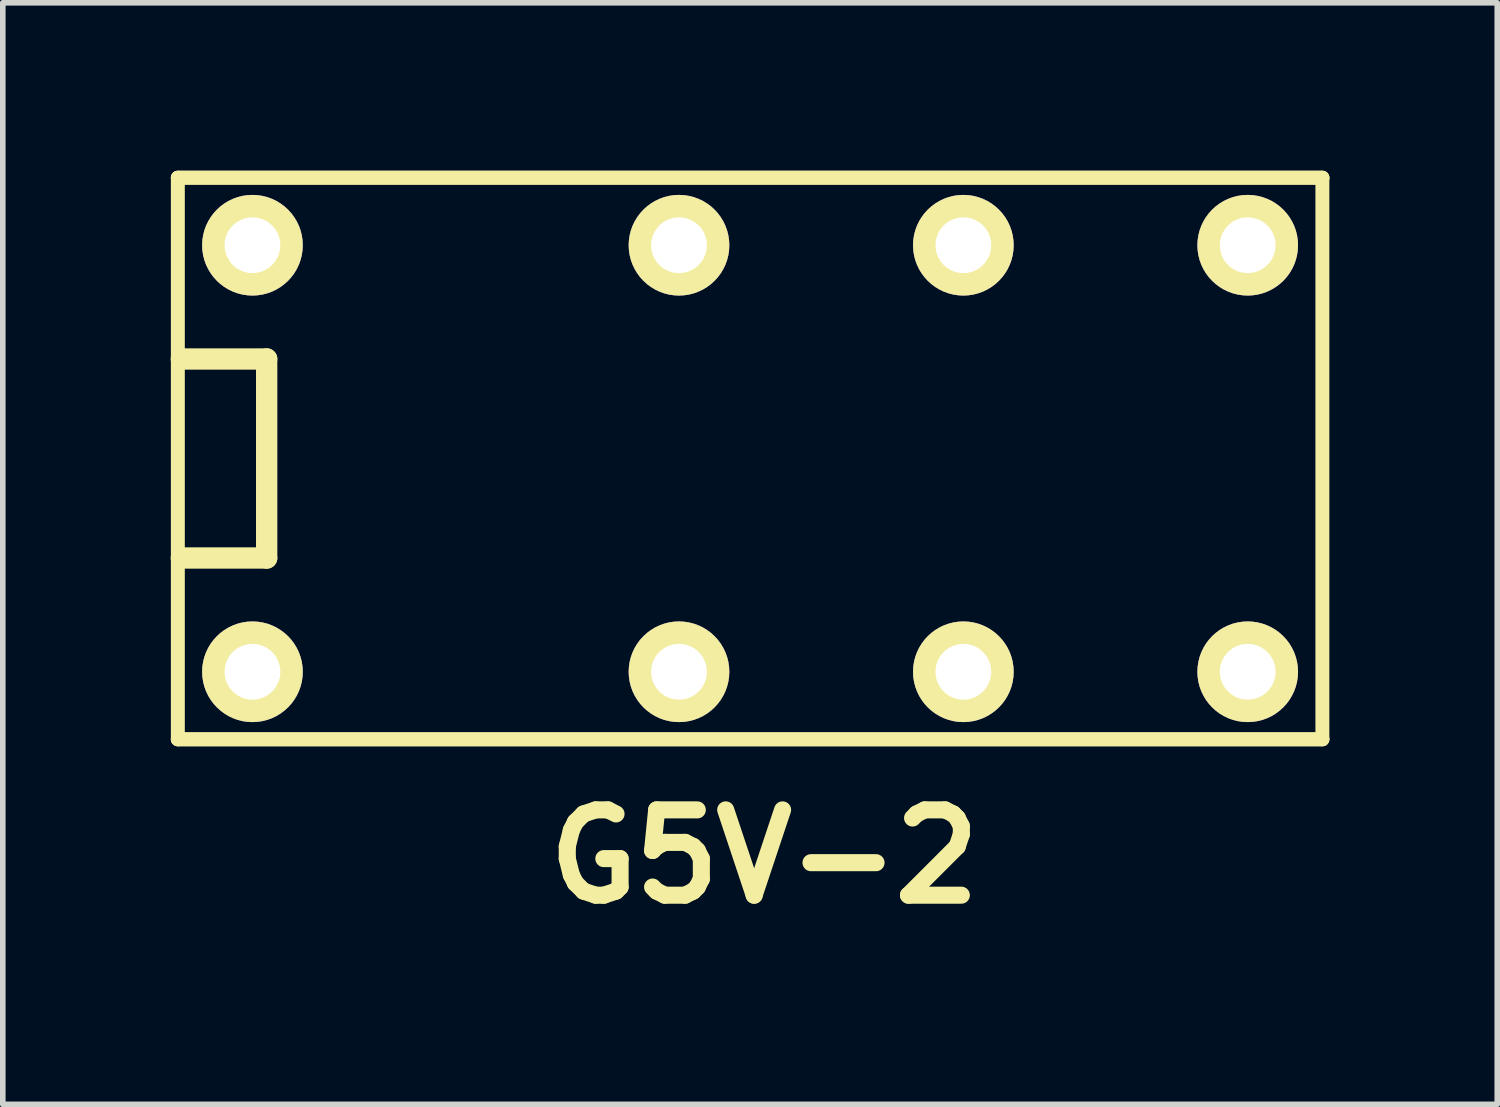
<source format=kicad_pcb>
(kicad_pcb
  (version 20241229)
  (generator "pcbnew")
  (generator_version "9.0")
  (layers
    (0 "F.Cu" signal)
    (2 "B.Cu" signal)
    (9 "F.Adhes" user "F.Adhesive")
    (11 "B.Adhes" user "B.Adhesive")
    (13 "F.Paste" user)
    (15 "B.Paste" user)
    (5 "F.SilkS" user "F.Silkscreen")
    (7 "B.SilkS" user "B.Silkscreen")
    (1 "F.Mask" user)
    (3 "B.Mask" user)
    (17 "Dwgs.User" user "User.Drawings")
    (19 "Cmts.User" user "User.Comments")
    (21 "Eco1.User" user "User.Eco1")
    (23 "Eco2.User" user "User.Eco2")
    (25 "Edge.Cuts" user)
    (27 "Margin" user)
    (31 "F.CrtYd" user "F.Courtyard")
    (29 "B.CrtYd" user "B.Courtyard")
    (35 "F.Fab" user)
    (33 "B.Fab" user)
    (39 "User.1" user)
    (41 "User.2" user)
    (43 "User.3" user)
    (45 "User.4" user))
  (footprint "G5V-2"
    (layer "F.Cu")
    (at 10.604 5.141)
    (property "Reference" "G5V-2" (at 0 7.112 0) (layer "F.SilkS") (effects (font (size 1.524 1.524) (thickness 0.305))))
    (attr through_hole)
    (fp_line (start -10.477 5.016) (end -10.477 -5.016) (stroke (width 0.249) (type solid)) (layer "F.SilkS"))
    (fp_line (start -10.414 -1.778) (end -8.89 -1.778) (stroke (width 0.381) (type solid)) (layer "F.SilkS"))
    (fp_line (start -8.89 -1.778) (end -8.89 1.778) (stroke (width 0.381) (type solid)) (layer "F.SilkS"))
    (fp_line (start -8.89 1.778) (end -10.414 1.778) (stroke (width 0.381) (type solid)) (layer "F.SilkS"))
    (fp_line (start 9.97 -5.016) (end -10.477 -5.016) (stroke (width 0.249) (type solid)) (layer "F.SilkS"))
    (fp_line (start 9.97 -5.016) (end -10.477 -5.016) (stroke (width 0.249) (type solid)) (layer "F.SilkS"))
    (fp_line (start 9.97 5.016) (end -10.477 5.016) (stroke (width 0.249) (type solid)) (layer "F.SilkS"))
    (fp_line (start 9.97 5.016) (end -10.477 5.016) (stroke (width 0.249) (type solid)) (layer "F.SilkS"))
    (fp_line (start 9.97 5.016) (end 9.97 -5.016) (stroke (width 0.249) (type solid)) (layer "F.SilkS"))
    (pad "1" thru_hole circle (at -9.144 3.81) (size 1.798 1.798) (drill 0.996) (layers "*.Cu" "*.Mask" "F.SilkS"))
    (pad "4" thru_hole circle (at -1.524 3.81) (size 1.798 1.798) (drill 0.996) (layers "*.Cu" "*.Mask" "F.SilkS"))
    (pad "6" thru_hole circle (at 3.556 3.81) (size 1.798 1.798) (drill 0.996) (layers "*.Cu" "*.Mask" "F.SilkS"))
    (pad "8" thru_hole circle (at 8.636 3.81) (size 1.798 1.798) (drill 0.996) (layers "*.Cu" "*.Mask" "F.SilkS"))
    (pad "9" thru_hole circle (at 8.636 -3.81) (size 1.798 1.798) (drill 0.996) (layers "*.Cu" "*.Mask" "F.SilkS"))
    (pad "11" thru_hole circle (at 3.556 -3.81) (size 1.798 1.798) (drill 0.996) (layers "*.Cu" "*.Mask" "F.SilkS"))
    (pad "13" thru_hole circle (at -1.524 -3.81) (size 1.798 1.798) (drill 0.996) (layers "*.Cu" "*.Mask" "F.SilkS"))
    (pad "16" thru_hole circle (at -9.144 -3.81) (size 1.798 1.798) (drill 0.996) (layers "*.Cu" "*.Mask" "F.SilkS")))
  (gr_rect
    (start -3 -3)
    (end 23.698 16.679)
    (stroke (width 0.1) (type default))
    (fill no)
    (layer "Edge.Cuts")))
</source>
